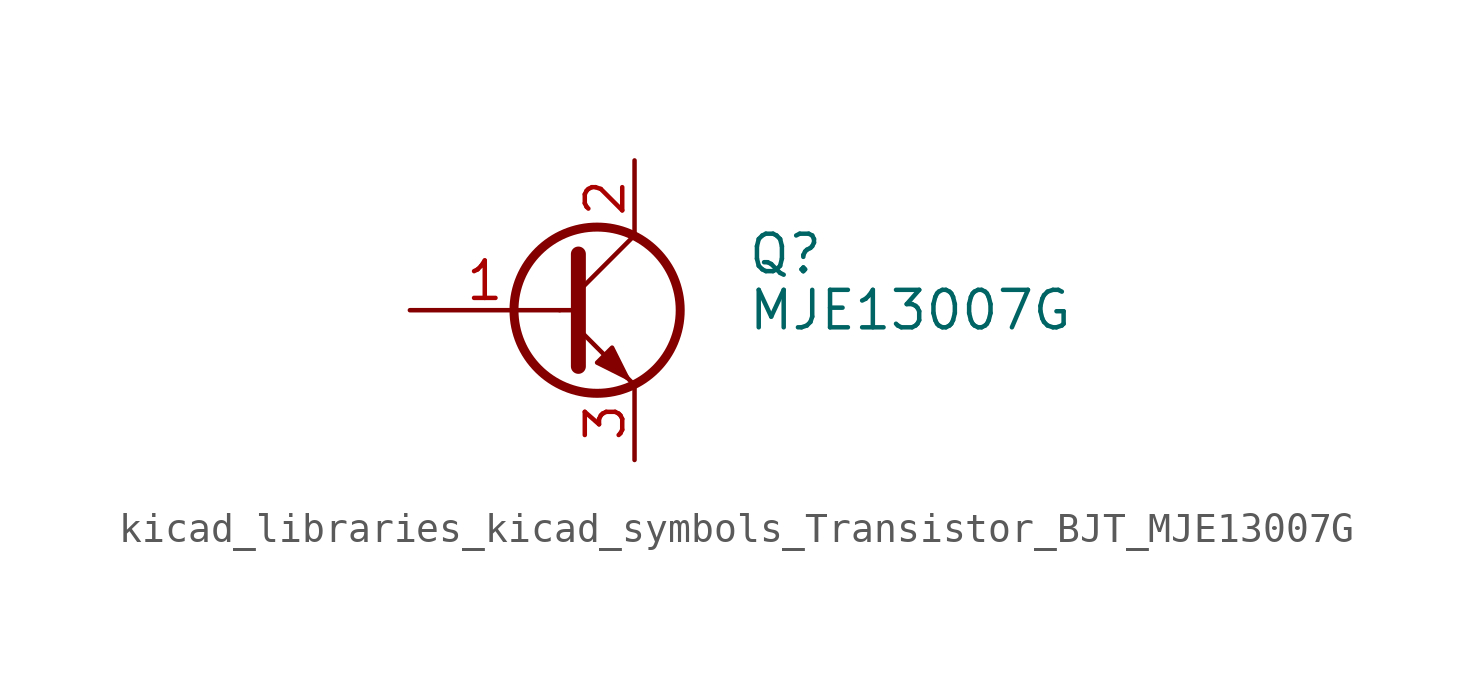
<source format=kicad_sym>
(kicad_symbol_lib
  (version 20220914)
  (generator kicad_symbol_editor)
  (symbol "kicad_libraries_kicad_symbols_Transistor_BJT_MJE13007G"
    (pin_names
      (offset 0) hide)
    (property "Reference" "Q"
      (at 6.35 1.905 0)
      (effects (font (size 1.27 1.27)) (justify left)))
    (property "Value" "MJE13007G"
      (at 6.35 0 0)
      (effects (font (size 1.27 1.27)) (justify left)))
    (symbol "kicad_libraries_kicad_symbols_Transistor_BJT_MJE13007G_0_1"
      (polyline (pts (xy 0 0) (xy 0.635 0)) (stroke (width 0) (type default)) (fill (type none)))
      (polyline (pts (xy 2.54 2.54) (xy 0.635 0.635)) (stroke (width 0) (type default)) (fill (type none)))
      (polyline (pts (xy 0.635 1.905) (xy 0.635 -1.905) (xy 0.635 -1.905)) (stroke (width 0.508) (type default)) (fill (type none)))
      (polyline (pts (xy 2.286 -2.286) (xy 1.778 -1.778) (xy 1.778 -1.778)) (stroke (width 0) (type default)) (fill (type none)))
      (polyline (pts (xy 2.54 -2.54) (xy 0.635 -0.635) (xy 1.27 -1.27)) (stroke (width 0) (type default)) (fill (type outline)))
      (polyline (pts (xy 1.27 -1.778) (xy 1.778 -1.27) (xy 2.286 -2.286) (xy 1.27 -1.778) (xy 1.27 -1.778)) (stroke (width 0) (type default)) (fill (type outline)))
      (circle (center 1.27 0) (radius 2.819) (stroke (width 0.305) (type default)) (fill (type none))))
    (symbol "kicad_libraries_kicad_symbols_Transistor_BJT_MJE13007G_1_1"
      (pin input line (at -5.08 0 0) (length 5.08) (name "B" (effects (font (size 1.27 1.27)))) (number "1" (effects (font (size 1.27 1.27)))))
      (pin passive line (at 2.54 5.08 270) (length 2.54) (name "C" (effects (font (size 1.27 1.27)))) (number "2" (effects (font (size 1.27 1.27)))))
      (pin passive line (at 2.54 -5.08 90) (length 2.54) (name "E" (effects (font (size 1.27 1.27)))) (number "3" (effects (font (size 1.27 1.27))))))))
</source>
